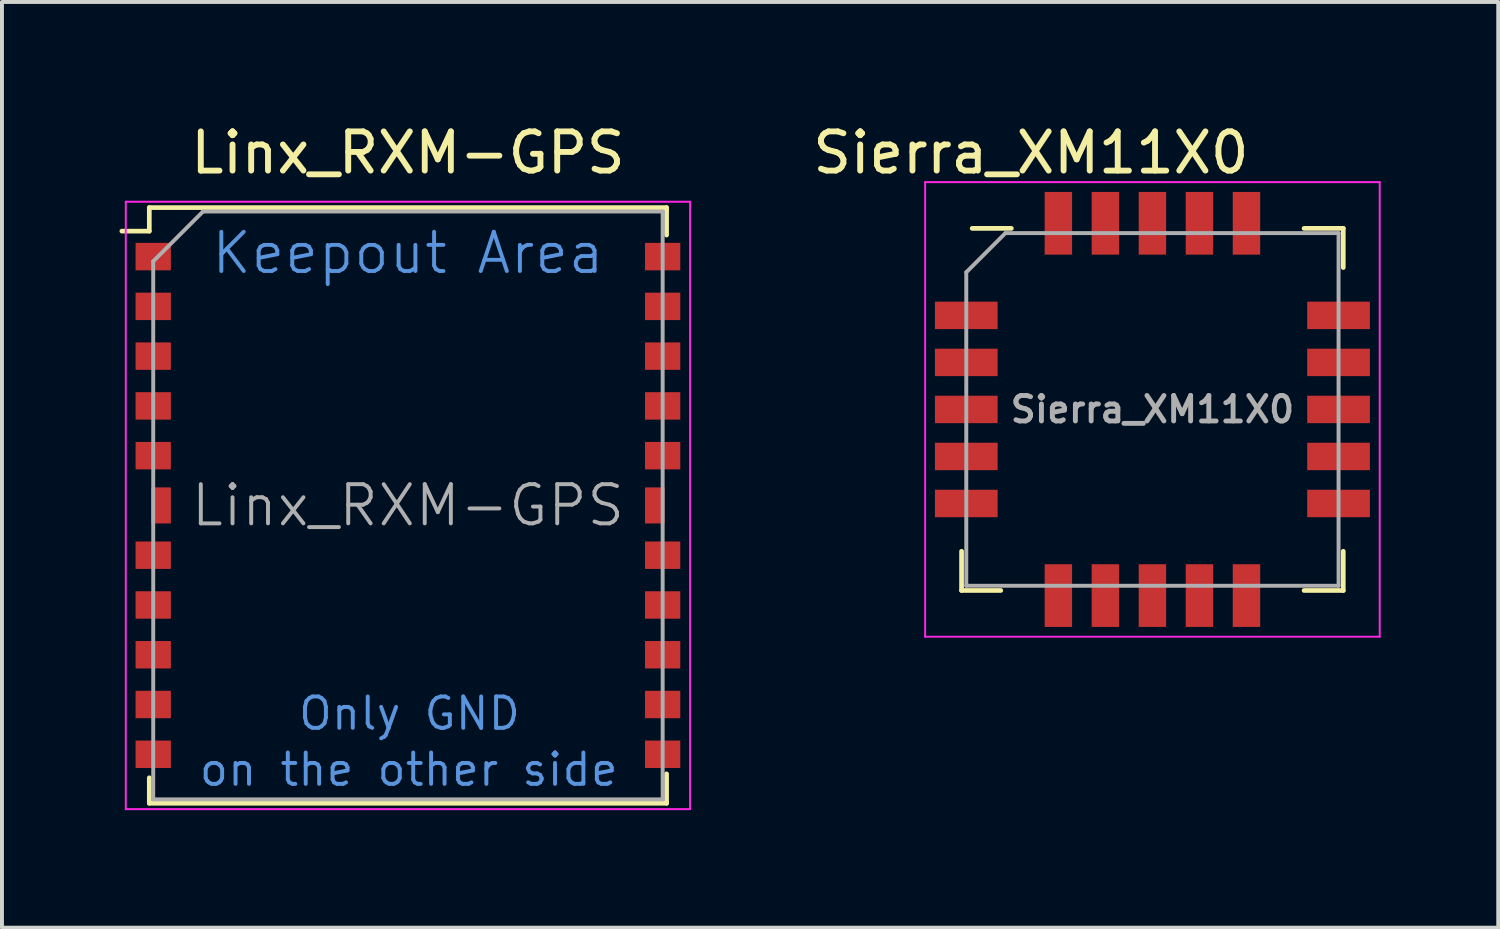
<source format=kicad_pcb>
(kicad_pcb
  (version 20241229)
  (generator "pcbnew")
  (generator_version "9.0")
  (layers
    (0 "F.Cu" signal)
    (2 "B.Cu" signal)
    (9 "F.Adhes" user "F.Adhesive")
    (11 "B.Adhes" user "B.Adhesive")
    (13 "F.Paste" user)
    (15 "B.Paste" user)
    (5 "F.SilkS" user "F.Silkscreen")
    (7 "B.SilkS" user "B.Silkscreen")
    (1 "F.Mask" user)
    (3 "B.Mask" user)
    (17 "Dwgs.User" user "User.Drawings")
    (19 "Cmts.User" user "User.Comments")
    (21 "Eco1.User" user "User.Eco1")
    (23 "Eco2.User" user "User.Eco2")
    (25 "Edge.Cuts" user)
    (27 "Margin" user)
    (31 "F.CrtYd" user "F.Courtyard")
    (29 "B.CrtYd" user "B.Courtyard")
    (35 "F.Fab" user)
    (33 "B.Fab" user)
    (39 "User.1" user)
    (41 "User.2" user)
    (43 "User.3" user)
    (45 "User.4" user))
  (footprint "Linx_RXM-GPS"
    (layer "F.Cu")
    (at 7.36 9.848)
    (property "Reference" "Linx_RXM-GPS" (at 0 -9 0) (layer "F.SilkS") (effects (font (size 1 1) (thickness 0.15))))
    (attr smd)
    (fp_line (start -6.6 -7.6) (end 6.6 -7.6) (stroke (width 0.12) (type solid)) (layer "F.SilkS"))
    (fp_line (start -6.6 -7) (end -7.3 -7) (stroke (width 0.12) (type solid)) (layer "F.SilkS"))
    (fp_line (start -6.6 -7) (end -6.6 -7.6) (stroke (width 0.12) (type solid)) (layer "F.SilkS"))
    (fp_line (start -6.6 6.95) (end -6.6 7.6) (stroke (width 0.12) (type solid)) (layer "F.SilkS"))
    (fp_line (start -6.6 7.6) (end 6.6 7.6) (stroke (width 0.12) (type solid)) (layer "F.SilkS"))
    (fp_line (start 6.6 -7.6) (end 6.6 -6.9) (stroke (width 0.12) (type solid)) (layer "F.SilkS"))
    (fp_line (start 6.6 7.6) (end 6.6 6.85) (stroke (width 0.12) (type solid)) (layer "F.SilkS"))
    (fp_line (start -7.2 -7.75) (end -7.2 7.75) (stroke (width 0.05) (type solid)) (layer "F.CrtYd"))
    (fp_line (start -7.2 -7.75) (end 7.2 -7.75) (stroke (width 0.05) (type solid)) (layer "F.CrtYd"))
    (fp_line (start -7.2 7.75) (end 7.2 7.75) (stroke (width 0.05) (type solid)) (layer "F.CrtYd"))
    (fp_line (start 7.2 7.75) (end 7.2 -7.75) (stroke (width 0.05) (type solid)) (layer "F.CrtYd"))
    (fp_line (start -6.5 -6.23) (end -6.5 7.5) (stroke (width 0.1) (type solid)) (layer "F.Fab"))
    (fp_line (start -6.5 7.5) (end 6.5 7.5) (stroke (width 0.1) (type solid)) (layer "F.Fab"))
    (fp_line (start -5.23 -7.5) (end -6.5 -6.23) (stroke (width 0.1) (type solid)) (layer "F.Fab"))
    (fp_line (start 6.5 -7.5) (end -5.23 -7.5) (stroke (width 0.1) (type solid)) (layer "F.Fab"))
    (fp_line (start 6.5 7.5) (end 6.5 -7.5) (stroke (width 0.1) (type solid)) (layer "F.Fab"))
    (fp_text user "on the other side" (at 0.02 6.74 0) (layer "Cmts.User") (effects (font (size 0.8 0.8) (thickness 0.1))))
    (fp_text user "Keepout Area" (at 0 -6.44 0) (layer "Cmts.User") (effects (font (size 1 1) (thickness 0.1))))
    (fp_text user "Only GND" (at 0.04 5.31 0) (layer "Cmts.User") (effects (font (size 0.8 0.8) (thickness 0.1))))
    (fp_text user "${REFERENCE}" (at 0 0 0) (layer "F.Fab") (effects (font (size 1 1) (thickness 0.1))))
    (pad "1" smd rect (at -6.5 -6.35 90) (size 0.7 0.9) (layers "F.Cu" "F.Mask" "F.Paste"))
    (pad "2" smd rect (at -6.5 -5.08 90) (size 0.7 0.9) (layers "F.Cu" "F.Mask" "F.Paste"))
    (pad "3" smd rect (at -6.5 -3.81 90) (size 0.7 0.9) (layers "F.Cu" "F.Mask" "F.Paste"))
    (pad "4" smd rect (at -6.5 -2.54 90) (size 0.7 0.9) (layers "F.Cu" "F.Mask" "F.Paste"))
    (pad "5" smd rect (at -6.5 -1.27 90) (size 0.7 0.9) (layers "F.Cu" "F.Mask" "F.Paste"))
    (pad "6" smd rect (at -6.5 1.27 90) (size 0.7 0.9) (layers "F.Cu" "F.Mask" "F.Paste"))
    (pad "7" smd rect (at -6.5 2.54 90) (size 0.7 0.9) (layers "F.Cu" "F.Mask" "F.Paste"))
    (pad "8" smd rect (at -6.5 3.81 90) (size 0.7 0.9) (layers "F.Cu" "F.Mask" "F.Paste"))
    (pad "9" smd rect (at -6.5 5.08 90) (size 0.7 0.9) (layers "F.Cu" "F.Mask" "F.Paste"))
    (pad "10" smd rect (at -6.5 6.35 90) (size 0.7 0.9) (layers "F.Cu" "F.Mask" "F.Paste"))
    (pad "11" smd rect (at 6.5 6.35 90) (size 0.7 0.9) (layers "F.Cu" "F.Mask" "F.Paste"))
    (pad "12" smd rect (at 6.5 5.08 90) (size 0.7 0.9) (layers "F.Cu" "F.Mask" "F.Paste"))
    (pad "13" smd rect (at 6.5 3.81 90) (size 0.7 0.9) (layers "F.Cu" "F.Mask" "F.Paste"))
    (pad "14" smd rect (at 6.5 2.54 90) (size 0.7 0.9) (layers "F.Cu" "F.Mask" "F.Paste"))
    (pad "15" smd rect (at 6.5 1.27 90) (size 0.7 0.9) (layers "F.Cu" "F.Mask" "F.Paste"))
    (pad "16" smd rect (at 6.5 -1.27 90) (size 0.7 0.9) (layers "F.Cu" "F.Mask" "F.Paste"))
    (pad "17" smd rect (at 6.5 -2.54 90) (size 0.7 0.9) (layers "F.Cu" "F.Mask" "F.Paste"))
    (pad "18" smd rect (at 6.5 -3.81 90) (size 0.7 0.9) (layers "F.Cu" "F.Mask" "F.Paste"))
    (pad "19" smd rect (at 6.5 -5.08 90) (size 0.7 0.9) (layers "F.Cu" "F.Mask" "F.Paste"))
    (pad "20" smd rect (at 6.5 -6.35 90) (size 0.7 0.9) (layers "F.Cu" "F.Mask" "F.Paste"))
    (pad "21" smd rect (at -6.3 0 90) (size 0.92 0.5) (layers "F.Cu" "F.Mask" "F.Paste"))
    (pad "22" smd rect (at 6.3 0 90) (size 0.92 0.5) (layers "F.Cu" "F.Mask" "F.Paste"))
    (zone (net_name "") (layer "F.Cu") (hatch full 0.508) (connect_pads) (min_thickness 0.254) (filled_areas_thickness no) (keepout (tracks not_allowed) (vias not_allowed) (pads not_allowed) (copperpour not_allowed) (footprints not_allowed)) (placement (enabled no)) (fill) (polygon (pts (xy 1.31 2.348) (xy 13.41 2.348) (xy 13.41 17.348) (xy 1.31 17.348)))))
  (footprint "Sierra_XM11X0"
    (layer "F.Cu")
    (at 26.358 7.398)
    (property "Reference" "Sierra_XM11X0" (at -3.1 -6.55 0) (layer "F.SilkS") (effects (font (size 1 1) (thickness 0.15))))
    (attr smd)
    (fp_line (start -4.87 4.62) (end -4.87 3.62) (stroke (width 0.12) (type solid)) (layer "F.SilkS"))
    (fp_line (start -4.6 -4.62) (end -3.6 -4.62) (stroke (width 0.12) (type solid)) (layer "F.SilkS"))
    (fp_line (start -3.87 4.62) (end -4.87 4.62) (stroke (width 0.12) (type solid)) (layer "F.SilkS"))
    (fp_line (start 3.87 -4.62) (end 4.87 -4.62) (stroke (width 0.12) (type solid)) (layer "F.SilkS"))
    (fp_line (start 3.87 4.62) (end 4.87 4.62) (stroke (width 0.12) (type solid)) (layer "F.SilkS"))
    (fp_line (start 4.87 -4.62) (end 4.87 -3.62) (stroke (width 0.12) (type solid)) (layer "F.SilkS"))
    (fp_line (start 4.87 4.62) (end 4.87 3.62) (stroke (width 0.12) (type solid)) (layer "F.SilkS"))
    (fp_line (start -5.8 -5.8) (end -5.8 5.8) (stroke (width 0.05) (type solid)) (layer "F.CrtYd"))
    (fp_line (start -5.8 5.8) (end 5.8 5.8) (stroke (width 0.05) (type solid)) (layer "F.CrtYd"))
    (fp_line (start 5.8 -5.8) (end -5.8 -5.8) (stroke (width 0.05) (type solid)) (layer "F.CrtYd"))
    (fp_line (start 5.8 5.8) (end 5.8 -5.8) (stroke (width 0.05) (type solid)) (layer "F.CrtYd"))
    (fp_line (start -4.75 -3.5) (end -3.75 -4.5) (stroke (width 0.1) (type solid)) (layer "F.Fab"))
    (fp_line (start -4.75 4.5) (end -4.75 -3.5) (stroke (width 0.1) (type solid)) (layer "F.Fab"))
    (fp_line (start -3.75 -4.5) (end 4.75 -4.5) (stroke (width 0.1) (type solid)) (layer "F.Fab"))
    (fp_line (start 4.75 -4.5) (end 4.75 4.5) (stroke (width 0.1) (type solid)) (layer "F.Fab"))
    (fp_line (start 4.75 4.5) (end -4.75 4.5) (stroke (width 0.1) (type solid)) (layer "F.Fab"))
    (fp_text user "${REFERENCE}" (at 0 0 0) (layer "F.Fab") (effects (font (size 0.65 0.65) (thickness 0.125))))
    (pad "1" smd rect (at -4.75 -2.4) (size 1.6 0.7) (layers "F.Cu" "F.Mask" "F.Paste"))
    (pad "2" smd rect (at -4.75 -1.2) (size 1.6 0.7) (layers "F.Cu" "F.Mask" "F.Paste"))
    (pad "3" smd rect (at -4.75 0) (size 1.6 0.7) (layers "F.Cu" "F.Mask" "F.Paste"))
    (pad "4" smd rect (at -4.75 1.2) (size 1.6 0.7) (layers "F.Cu" "F.Mask" "F.Paste"))
    (pad "5" smd rect (at -4.75 2.4) (size 1.6 0.7) (layers "F.Cu" "F.Mask" "F.Paste"))
    (pad "6" smd rect (at -2.4 4.75) (size 0.7 1.6) (layers "F.Cu" "F.Mask" "F.Paste"))
    (pad "7" smd rect (at -1.2 4.75) (size 0.7 1.6) (layers "F.Cu" "F.Mask" "F.Paste"))
    (pad "8" smd rect (at 0 4.75) (size 0.7 1.6) (layers "F.Cu" "F.Mask" "F.Paste"))
    (pad "9" smd rect (at 1.2 4.75) (size 0.7 1.6) (layers "F.Cu" "F.Mask" "F.Paste"))
    (pad "10" smd rect (at 2.4 4.75) (size 0.7 1.6) (layers "F.Cu" "F.Mask" "F.Paste"))
    (pad "11" smd rect (at 4.75 2.4) (size 1.6 0.7) (layers "F.Cu" "F.Mask" "F.Paste"))
    (pad "12" smd rect (at 4.75 1.2) (size 1.6 0.7) (layers "F.Cu" "F.Mask" "F.Paste"))
    (pad "13" smd rect (at 4.75 0) (size 1.6 0.7) (layers "F.Cu" "F.Mask" "F.Paste"))
    (pad "14" smd rect (at 4.75 -1.2) (size 1.6 0.7) (layers "F.Cu" "F.Mask" "F.Paste"))
    (pad "15" smd rect (at 4.75 -2.4) (size 1.6 0.7) (layers "F.Cu" "F.Mask" "F.Paste"))
    (pad "16" smd rect (at 2.4 -4.75) (size 0.7 1.6) (layers "F.Cu" "F.Mask" "F.Paste"))
    (pad "17" smd rect (at 1.2 -4.75) (size 0.7 1.6) (layers "F.Cu" "F.Mask" "F.Paste"))
    (pad "18" smd rect (at 0 -4.75) (size 0.7 1.6) (layers "F.Cu" "F.Mask" "F.Paste"))
    (pad "19" smd rect (at -1.2 -4.75) (size 0.7 1.6) (layers "F.Cu" "F.Mask" "F.Paste"))
    (pad "20" smd rect (at -2.4 -4.75) (size 0.7 1.6) (layers "F.Cu" "F.Mask" "F.Paste")))
  (gr_rect
    (start -3 -3)
    (end 35.183 20.623)
    (stroke (width 0.1) (type default))
    (fill no)
    (layer "Edge.Cuts")))
</source>
